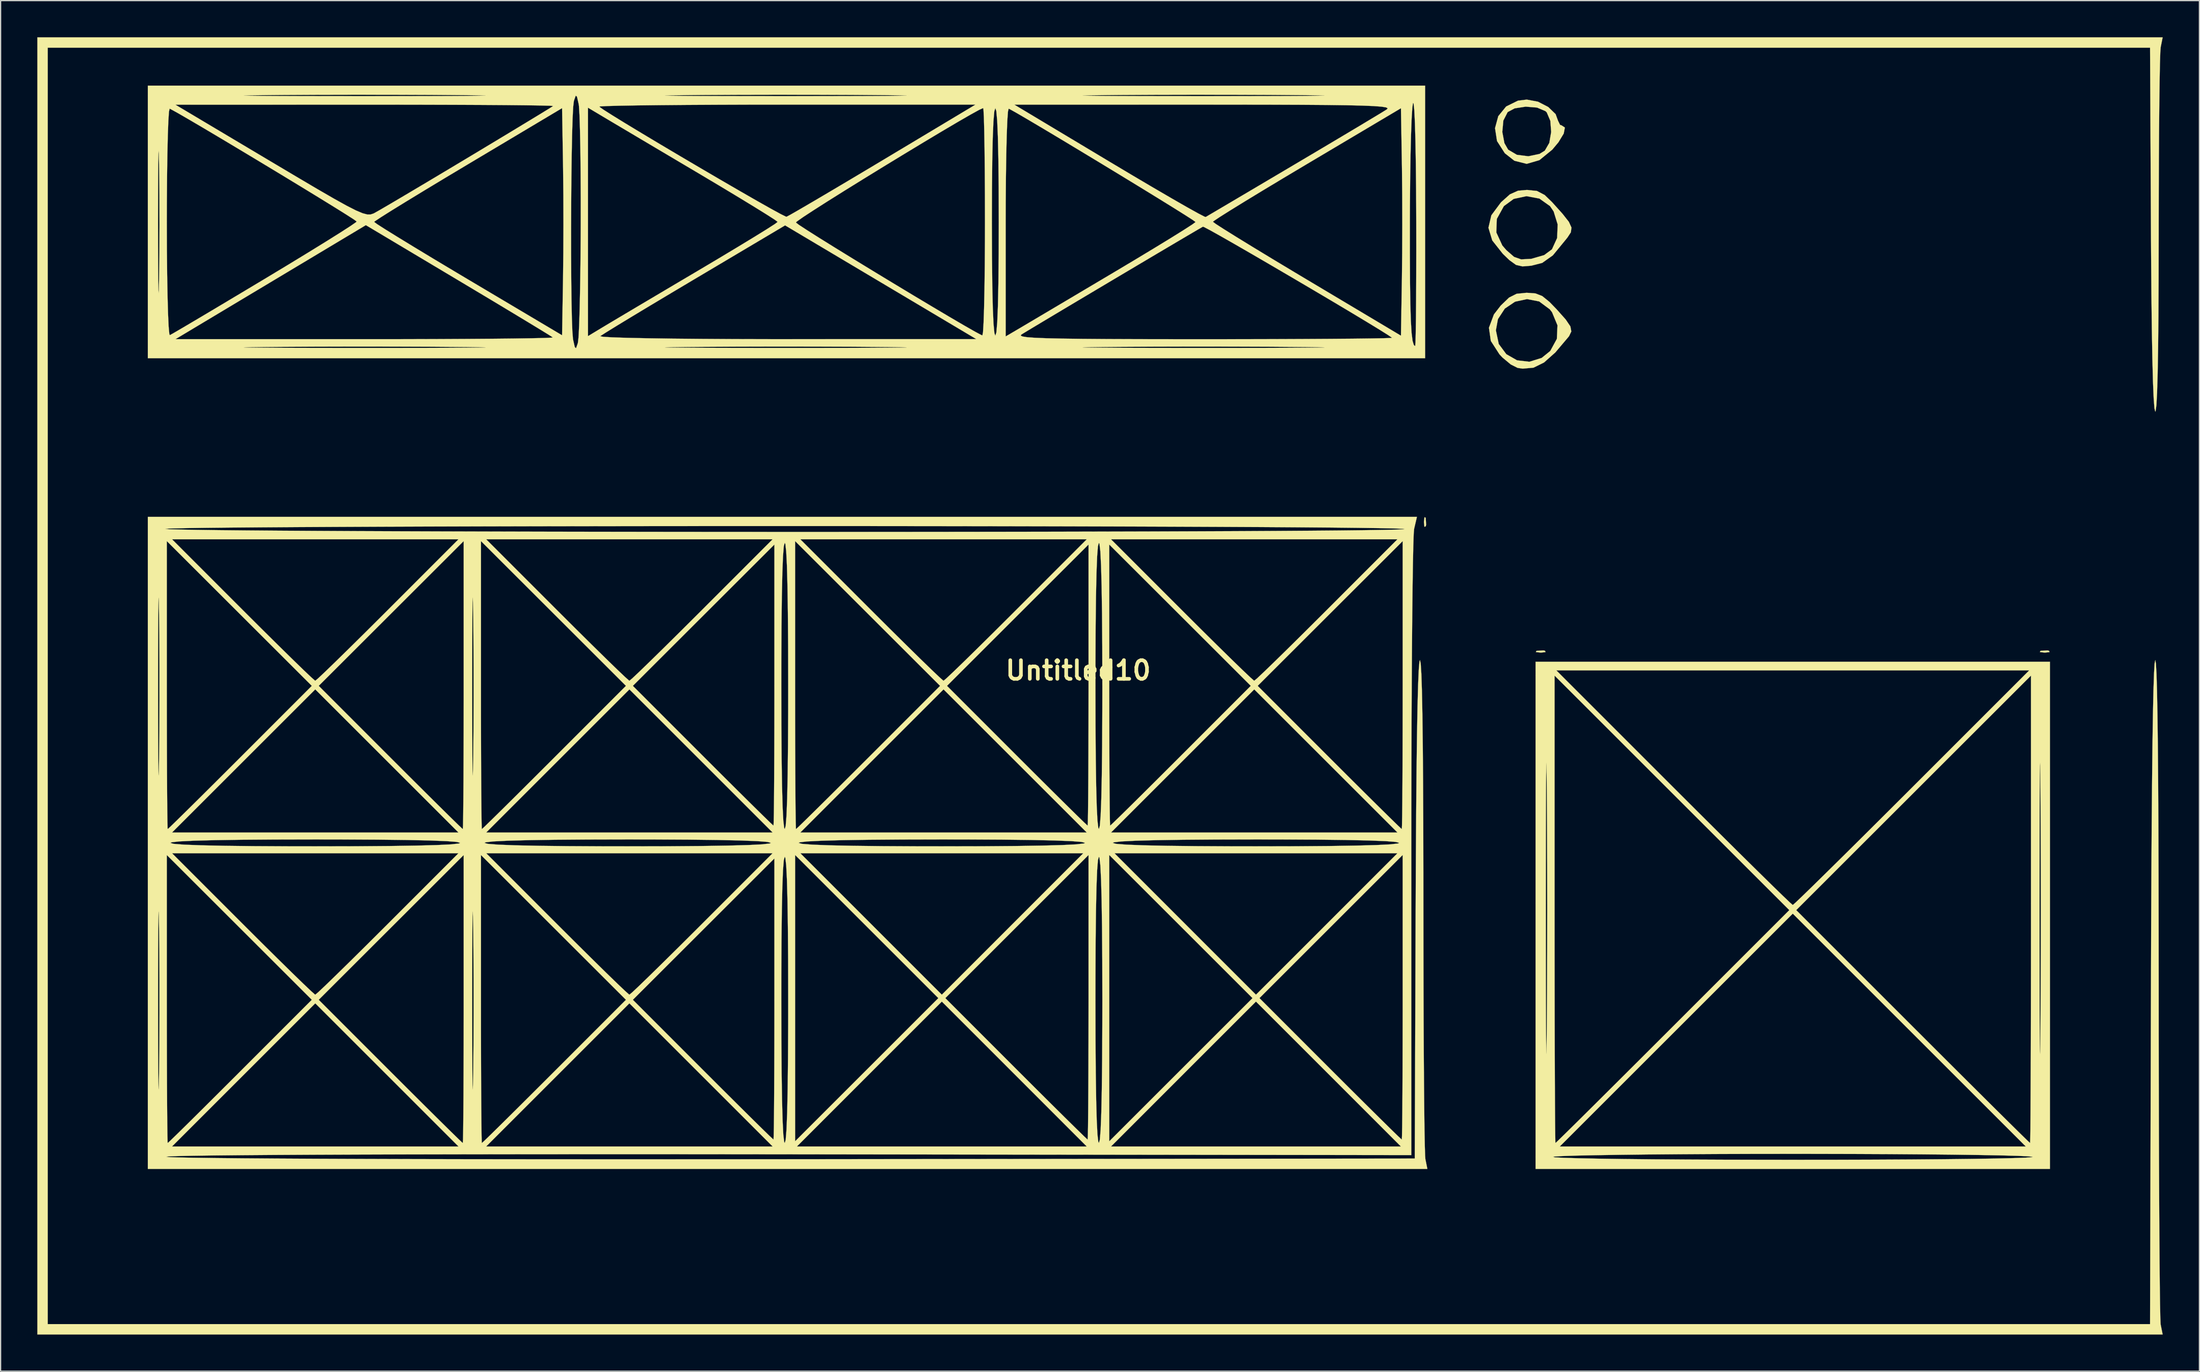
<source format=kicad_pcb>
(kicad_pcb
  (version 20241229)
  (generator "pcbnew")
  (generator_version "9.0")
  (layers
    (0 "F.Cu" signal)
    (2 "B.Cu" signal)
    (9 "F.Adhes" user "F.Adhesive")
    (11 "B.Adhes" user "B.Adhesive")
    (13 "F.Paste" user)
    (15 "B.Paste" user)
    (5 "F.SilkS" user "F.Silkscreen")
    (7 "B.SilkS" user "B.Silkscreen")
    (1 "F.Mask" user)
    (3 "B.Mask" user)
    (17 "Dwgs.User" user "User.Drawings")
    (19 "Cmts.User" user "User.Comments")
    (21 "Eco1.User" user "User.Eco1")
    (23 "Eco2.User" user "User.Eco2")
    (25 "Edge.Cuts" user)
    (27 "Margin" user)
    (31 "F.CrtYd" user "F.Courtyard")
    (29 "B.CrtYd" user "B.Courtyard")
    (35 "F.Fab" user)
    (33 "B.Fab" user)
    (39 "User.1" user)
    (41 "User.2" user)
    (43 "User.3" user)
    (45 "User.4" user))
  (footprint "Untitled10"
    (layer "F.Cu")
    (at 85.095 51.793)
    (property "Reference" "Untitled10" (at 0 0 0) (layer "F.SilkS") (effects (font (size 1.524 1.524) (thickness 0.3))))
    (attr through_hole)
    (fp_poly (pts (xy 28.409 -12.488) (xy 28.446 -11.911) (xy 28.409 -11.783) (xy 28.306 -11.747) (xy 28.267 -12.136) (xy 28.311 -12.536) (xy 28.409 -12.488)) (stroke (width 0.01) (type solid)) (fill yes) (layer "F.SilkS"))
    (fp_poly (pts (xy 38.171 -1.598) (xy 38.206 -1.495) (xy 37.818 -1.456) (xy 37.417 -1.5) (xy 37.465 -1.598) (xy 38.043 -1.635) (xy 38.171 -1.598)) (stroke (width 0.01) (type solid)) (fill yes) (layer "F.SilkS"))
    (fp_poly (pts (xy 79.375 -1.598) (xy 79.41 -1.495) (xy 79.022 -1.456) (xy 78.622 -1.5) (xy 78.669 -1.598) (xy 79.247 -1.635) (xy 79.375 -1.598)) (stroke (width 0.01) (type solid)) (fill yes) (layer "F.SilkS"))
    (fp_poly (pts (xy 37.586 -46.525) (xy 38.429 -46.09) (xy 39.032 -45.508) (xy 39.229 -44.965) (xy 39.398 -44.622) (xy 39.511 -44.591) (xy 39.789 -44.408) (xy 39.696 -43.918) (xy 39.265 -43.207) (xy 38.76 -42.603) (xy 37.707 -41.742) (xy 36.668 -41.439) (xy 35.659 -41.694) (xy 34.879 -42.308) (xy 34.24 -43.307) (xy 34.126 -44.051) (xy 34.673 -44.051) (xy 34.847 -43.132) (xy 35.152 -42.598) (xy 35.865 -42.179) (xy 36.804 -42.06) (xy 37.716 -42.25) (xy 38.148 -42.518) (xy 38.517 -43.155) (xy 38.669 -44.047) (xy 38.601 -44.956) (xy 38.309 -45.645) (xy 38.205 -45.75) (xy 37.513 -46.043) (xy 36.585 -46.118) (xy 35.686 -45.98) (xy 35.112 -45.675) (xy 34.76 -44.984) (xy 34.673 -44.051) (xy 34.126 -44.051) (xy 34.078 -44.359) (xy 34.344 -45.34) (xy 34.986 -46.131) (xy 35.957 -46.609) (xy 36.673 -46.695) (xy 37.586 -46.525)) (stroke (width 0.01) (type solid)) (fill yes) (layer "F.SilkS"))
    (fp_poly (pts (xy 37.382 -30.841) (xy 37.938 -30.624) (xy 38.532 -30.142) (xy 39.107 -29.548) (xy 39.853 -28.711) (xy 40.239 -28.143) (xy 40.316 -27.729) (xy 40.136 -27.351) (xy 40.092 -27.293) (xy 39.011 -26.014) (xy 38.085 -25.189) (xy 37.225 -24.764) (xy 36.342 -24.685) (xy 35.926 -24.746) (xy 35.365 -25.029) (xy 34.69 -25.592) (xy 34.445 -25.851) (xy 33.734 -26.954) (xy 33.611 -27.821) (xy 34.149 -27.821) (xy 34.384 -26.701) (xy 35.003 -25.867) (xy 35.88 -25.366) (xy 36.886 -25.249) (xy 37.894 -25.563) (xy 38.594 -26.132) (xy 39.135 -27.124) (xy 39.183 -28.231) (xy 38.74 -29.299) (xy 38.553 -29.541) (xy 37.685 -30.185) (xy 36.696 -30.375) (xy 35.717 -30.163) (xy 34.88 -29.6) (xy 34.316 -28.737) (xy 34.149 -27.821) (xy 33.611 -27.821) (xy 33.581 -28.032) (xy 33.987 -29.121) (xy 34.545 -29.843) (xy 35.228 -30.501) (xy 35.843 -30.81) (xy 36.632 -30.89) (xy 36.681 -30.891) (xy 37.382 -30.841)) (stroke (width 0.01) (type solid)) (fill yes) (layer "F.SilkS"))
    (fp_poly (pts (xy 37.503 -39.223) (xy 38.139 -38.89) (xy 38.74 -38.307) (xy 39.601 -37.349) (xy 40.117 -36.692) (xy 40.329 -36.225) (xy 40.277 -35.837) (xy 40.003 -35.416) (xy 39.864 -35.243) (xy 39.302 -34.557) (xy 38.805 -33.953) (xy 37.934 -33.335) (xy 37.045 -33.107) (xy 36.323 -33.049) (xy 35.797 -33.171) (xy 35.257 -33.559) (xy 34.717 -34.079) (xy 33.852 -35.174) (xy 33.655 -35.828) (xy 34.184 -35.828) (xy 34.676 -34.759) (xy 35.009 -34.374) (xy 35.639 -33.826) (xy 36.214 -33.624) (xy 37.023 -33.668) (xy 37.052 -33.672) (xy 38.095 -33.973) (xy 38.732 -34.445) (xy 39.156 -35.374) (xy 39.199 -36.483) (xy 38.871 -37.544) (xy 38.575 -37.982) (xy 37.707 -38.599) (xy 36.654 -38.796) (xy 35.607 -38.572) (xy 34.802 -37.982) (xy 34.224 -36.934) (xy 34.184 -35.828) (xy 33.655 -35.828) (xy 33.54 -36.209) (xy 33.778 -37.232) (xy 34.565 -38.291) (xy 34.568 -38.294) (xy 35.295 -38.944) (xy 35.96 -39.242) (xy 36.689 -39.306) (xy 37.503 -39.223)) (stroke (width 0.01) (type solid)) (fill yes) (layer "F.SilkS"))
    (fp_poly (pts (xy 88.498 -50.976) (xy 88.466 -50.542) (xy 88.437 -49.6) (xy 88.41 -48.206) (xy 88.386 -46.419) (xy 88.366 -44.294) (xy 88.351 -41.888) (xy 88.341 -39.258) (xy 88.336 -36.46) (xy 88.336 -35.666) (xy 88.33 -32.081) (xy 88.314 -28.982) (xy 88.288 -26.381) (xy 88.251 -24.29) (xy 88.204 -22.723) (xy 88.148 -21.69) (xy 88.082 -21.205) (xy 88.056 -21.167) (xy 87.987 -21.447) (xy 87.924 -22.277) (xy 87.867 -23.644) (xy 87.818 -25.534) (xy 87.775 -27.932) (xy 87.74 -30.825) (xy 87.713 -34.199) (xy 87.703 -36.054) (xy 87.63 -50.941) (xy -84.243 -50.941) (xy -84.243 53.481) (xy 87.63 53.481) (xy 87.702 26.317) (xy 87.718 21.229) (xy 87.739 16.652) (xy 87.764 12.593) (xy 87.794 9.056) (xy 87.827 6.049) (xy 87.865 3.576) (xy 87.907 1.644) (xy 87.953 0.259) (xy 88.002 -0.573) (xy 88.055 -0.847) (xy 88.108 -0.565) (xy 88.156 0.275) (xy 88.198 1.67) (xy 88.235 3.614) (xy 88.266 6.101) (xy 88.291 9.127) (xy 88.311 12.686) (xy 88.325 16.774) (xy 88.333 21.384) (xy 88.336 25.929) (xy 88.337 29.785) (xy 88.342 33.491) (xy 88.35 37.008) (xy 88.361 40.294) (xy 88.374 43.31) (xy 88.389 46.014) (xy 88.406 48.368) (xy 88.425 50.33) (xy 88.446 51.86) (xy 88.468 52.917) (xy 88.491 53.461) (xy 88.498 53.516) (xy 88.66 54.328) (xy -85.09 54.328) (xy -85.09 -51.788) (xy 88.66 -51.788) (xy 88.498 -50.976)) (stroke (width 0.01) (type solid)) (fill yes) (layer "F.SilkS"))
    (fp_poly (pts (xy 79.446 40.781) (xy 37.394 40.781) (xy 37.394 39.793) (xy 38.806 39.793) (xy 38.981 39.835) (xy 39.684 39.874) (xy 40.874 39.91) (xy 42.515 39.943) (xy 44.569 39.971) (xy 46.997 39.995) (xy 49.761 40.014) (xy 52.824 40.027) (xy 56.147 40.034) (xy 58.42 40.036) (xy 61.891 40.033) (xy 65.127 40.023) (xy 68.089 40.008) (xy 70.739 39.987) (xy 73.039 39.962) (xy 74.952 39.932) (xy 76.439 39.898) (xy 77.462 39.861) (xy 77.983 39.821) (xy 78.034 39.793) (xy 77.662 39.752) (xy 76.774 39.713) (xy 75.416 39.677) (xy 73.637 39.644) (xy 71.486 39.615) (xy 69.009 39.591) (xy 66.254 39.572) (xy 63.27 39.559) (xy 60.104 39.552) (xy 58.42 39.551) (xy 55.179 39.554) (xy 52.095 39.564) (xy 49.217 39.581) (xy 46.591 39.602) (xy 44.266 39.629) (xy 42.289 39.66) (xy 40.709 39.694) (xy 39.573 39.732) (xy 38.93 39.772) (xy 38.806 39.793) (xy 37.394 39.793) (xy 37.394 38.947) (xy 39.371 38.947) (xy 77.469 38.947) (xy 67.944 29.422) (xy 58.42 19.898) (xy 48.896 29.422) (xy 39.371 38.947) (xy 37.394 38.947) (xy 37.394 19.473) (xy 38.233 19.473) (xy 38.234 22.433) (xy 38.237 25.007) (xy 38.242 27.175) (xy 38.248 28.918) (xy 38.256 30.215) (xy 38.265 31.049) (xy 38.275 31.398) (xy 38.286 31.245) (xy 38.297 30.568) (xy 38.31 29.349) (xy 38.312 29.139) (xy 38.329 26.229) (xy 38.34 22.943) (xy 38.344 19.545) (xy 38.947 19.545) (xy 38.948 22.774) (xy 38.951 25.831) (xy 38.955 28.671) (xy 38.962 31.247) (xy 38.97 33.515) (xy 38.979 35.427) (xy 38.989 36.939) (xy 39 38.004) (xy 39.012 38.576) (xy 39.019 38.664) (xy 39.226 38.471) (xy 39.794 37.917) (xy 40.682 37.041) (xy 41.852 35.881) (xy 43.264 34.477) (xy 44.88 32.867) (xy 46.661 31.09) (xy 48.568 29.184) (xy 48.614 29.138) (xy 58.138 19.611) (xy 58.702 19.611) (xy 68.226 29.138) (xy 70.135 31.046) (xy 71.919 32.827) (xy 73.54 34.441) (xy 74.957 35.851) (xy 76.133 37.016) (xy 77.029 37.9) (xy 77.604 38.462) (xy 77.821 38.664) (xy 77.821 38.664) (xy 77.833 38.39) (xy 77.845 37.597) (xy 77.856 36.331) (xy 77.865 34.639) (xy 77.874 32.565) (xy 77.881 30.157) (xy 77.887 27.46) (xy 77.891 24.52) (xy 77.893 21.382) (xy 77.893 19.545) (xy 77.893 19.473) (xy 78.591 19.473) (xy 78.592 22.433) (xy 78.595 25.007) (xy 78.6 27.175) (xy 78.606 28.918) (xy 78.614 30.215) (xy 78.622 31.049) (xy 78.633 31.398) (xy 78.643 31.245) (xy 78.655 30.568) (xy 78.668 29.349) (xy 78.669 29.139) (xy 78.687 26.229) (xy 78.698 22.943) (xy 78.702 19.468) (xy 78.698 15.994) (xy 78.687 12.708) (xy 78.669 9.807) (xy 78.657 8.513) (xy 78.645 7.763) (xy 78.634 7.539) (xy 78.624 7.821) (xy 78.615 8.59) (xy 78.607 9.825) (xy 78.601 11.508) (xy 78.596 13.619) (xy 78.593 16.138) (xy 78.591 19.047) (xy 78.591 19.473) (xy 77.893 19.473) (xy 77.893 0.426) (xy 68.298 10.019) (xy 58.702 19.611) (xy 58.138 19.611) (xy 48.542 10.019) (xy 38.947 0.426) (xy 38.947 19.545) (xy 38.344 19.545) (xy 38.344 19.468) (xy 38.34 15.994) (xy 38.329 12.708) (xy 38.312 9.807) (xy 38.299 8.513) (xy 38.287 7.763) (xy 38.276 7.539) (xy 38.266 7.821) (xy 38.257 8.59) (xy 38.249 9.825) (xy 38.243 11.508) (xy 38.238 13.619) (xy 38.235 16.138) (xy 38.233 19.047) (xy 38.233 19.473) (xy 37.394 19.473) (xy 37.394 0) (xy 39.091 0) (xy 48.683 9.596) (xy 50.602 11.512) (xy 52.398 13.3) (xy 54.033 14.923) (xy 55.468 16.34) (xy 56.663 17.515) (xy 57.579 18.407) (xy 58.177 18.978) (xy 58.418 19.191) (xy 58.42 19.191) (xy 58.642 18.998) (xy 59.224 18.443) (xy 60.125 17.566) (xy 61.307 16.404) (xy 62.731 14.998) (xy 64.357 13.385) (xy 66.146 11.603) (xy 68.06 9.693) (xy 68.157 9.596) (xy 77.749 0) (xy 39.091 0) (xy 37.394 0) (xy 37.394 -0.706) (xy 79.446 -0.706) (xy 79.446 40.781)) (stroke (width 0.01) (type solid)) (fill yes) (layer "F.SilkS"))
    (fp_poly (pts (xy 28.363 -25.541) (xy -76.059 -25.541) (xy -76.059 -26.419) (xy -68.23 -26.419) (xy -67.808 -26.408) (xy -66.908 -26.399) (xy -65.551 -26.391) (xy -63.761 -26.385) (xy -61.557 -26.381) (xy -58.962 -26.379) (xy -58.279 -26.379) (xy -55.598 -26.38) (xy -53.308 -26.383) (xy -51.429 -26.389) (xy -49.983 -26.397) (xy -48.99 -26.406) (xy -48.472 -26.416) (xy -48.451 -26.428) (xy -48.946 -26.441) (xy -49.979 -26.455) (xy -50.326 -26.458) (xy -52.997 -26.478) (xy -56.011 -26.488) (xy -59.169 -26.491) (xy -62.268 -26.484) (xy -65.108 -26.469) (xy -66.413 -26.458) (xy -67.554 -26.444) (xy -68.153 -26.431) (xy -68.23 -26.419) (xy -76.059 -26.419) (xy -76.059 -27.096) (xy -73.801 -27.096) (xy -58.302 -27.095) (xy -55.409 -27.097) (xy -52.697 -27.104) (xy -50.215 -27.116) (xy -48.016 -27.131) (xy -46.148 -27.15) (xy -44.662 -27.172) (xy -43.609 -27.196) (xy -43.039 -27.222) (xy -42.95 -27.239) (xy -43.22 -27.415) (xy -43.915 -27.843) (xy -44.976 -28.488) (xy -46.343 -29.314) (xy -47.956 -30.284) (xy -49.757 -31.362) (xy -50.665 -31.905) (xy -58.235 -36.425) (xy -66.018 -31.761) (xy -73.801 -27.096) (xy -76.059 -27.096) (xy -76.059 -36.689) (xy -75.227 -36.689) (xy -75.225 -34.676) (xy -75.218 -33.059) (xy -75.209 -31.863) (xy -75.196 -31.119) (xy -75.18 -30.852) (xy -75.163 -31.092) (xy -75.144 -31.866) (xy -75.142 -31.962) (xy -75.117 -34.058) (xy -75.107 -36.45) (xy -75.108 -36.689) (xy -74.507 -36.689) (xy -74.5 -34.46) (xy -74.48 -32.426) (xy -74.448 -30.652) (xy -74.408 -29.204) (xy -74.359 -28.145) (xy -74.304 -27.541) (xy -74.264 -27.423) (xy -73.97 -27.586) (xy -73.253 -28.005) (xy -72.173 -28.643) (xy -70.792 -29.463) (xy -69.17 -30.432) (xy -67.367 -31.511) (xy -66.502 -32.029) (xy -64.648 -33.148) (xy -62.961 -34.176) (xy -61.497 -35.079) (xy -60.316 -35.82) (xy -59.477 -36.361) (xy -59.037 -36.668) (xy -59.016 -36.689) (xy -57.559 -36.689) (xy -57.326 -36.516) (xy -56.665 -36.091) (xy -55.633 -35.451) (xy -54.289 -34.63) (xy -52.691 -33.663) (xy -50.895 -32.588) (xy -49.877 -31.981) (xy -42.192 -27.415) (xy -42.115 -32.052) (xy -42.092 -34.126) (xy -42.084 -36.114) (xy -41.456 -36.114) (xy -41.455 -34.055) (xy -41.444 -32.107) (xy -41.424 -30.357) (xy -41.394 -28.888) (xy -41.354 -27.784) (xy -41.304 -27.132) (xy -41.292 -27.058) (xy -41.154 -26.45) (xy -41.053 -26.353) (xy -41.03 -26.419) (xy -33.799 -26.419) (xy -33.377 -26.408) (xy -32.477 -26.399) (xy -31.12 -26.391) (xy -29.329 -26.385) (xy -27.126 -26.381) (xy -24.53 -26.379) (xy -23.848 -26.379) (xy -21.167 -26.38) (xy -18.877 -26.383) (xy -16.998 -26.389) (xy -15.552 -26.397) (xy -14.559 -26.406) (xy -14.041 -26.416) (xy -14.036 -26.419) (xy 0.35 -26.419) (xy 0.772 -26.408) (xy 1.672 -26.399) (xy 3.029 -26.391) (xy 4.819 -26.385) (xy 7.023 -26.381) (xy 9.618 -26.379) (xy 10.301 -26.379) (xy 12.982 -26.38) (xy 15.272 -26.383) (xy 17.151 -26.389) (xy 18.597 -26.397) (xy 19.59 -26.406) (xy 20.108 -26.416) (xy 20.129 -26.428) (xy 19.634 -26.441) (xy 18.601 -26.455) (xy 18.254 -26.458) (xy 15.583 -26.478) (xy 12.569 -26.488) (xy 9.411 -26.491) (xy 6.312 -26.484) (xy 3.472 -26.469) (xy 2.167 -26.458) (xy 1.026 -26.444) (xy 0.427 -26.431) (xy 0.35 -26.419) (xy -14.036 -26.419) (xy -14.019 -26.428) (xy -14.515 -26.441) (xy -15.548 -26.455) (xy -15.895 -26.458) (xy -18.566 -26.478) (xy -21.58 -26.488) (xy -24.738 -26.491) (xy -27.837 -26.484) (xy -30.677 -26.469) (xy -31.982 -26.458) (xy -33.123 -26.444) (xy -33.722 -26.431) (xy -33.799 -26.419) (xy -41.03 -26.419) (xy -40.922 -26.724) (xy -40.897 -26.811) (xy -40.847 -27.261) (xy -40.842 -27.341) (xy -39.074 -27.341) (xy -38.853 -27.292) (xy -38.112 -27.247) (xy -36.892 -27.206) (xy -35.237 -27.171) (xy -33.189 -27.142) (xy -30.792 -27.12) (xy -28.089 -27.104) (xy -25.123 -27.097) (xy -23.834 -27.097) (xy -8.326 -27.1) (xy -16.143 -31.753) (xy -23.96 -36.406) (xy -31.383 -31.997) (xy -33.242 -30.89) (xy -34.948 -29.869) (xy -36.439 -28.971) (xy -37.654 -28.233) (xy -38.531 -27.693) (xy -39.009 -27.388) (xy -39.074 -27.341) (xy -40.842 -27.341) (xy -40.842 -27.344) (xy -40.076 -27.344) (xy -38.876 -28.069) (xy -38.311 -28.408) (xy -37.34 -28.986) (xy -36.04 -29.759) (xy -34.49 -30.678) (xy -32.771 -31.697) (xy -31.124 -32.671) (xy -29.395 -33.699) (xy -27.837 -34.635) (xy -26.512 -35.44) (xy -25.483 -36.076) (xy -24.814 -36.505) (xy -24.632 -36.64) (xy -23.079 -36.64) (xy -22.83 -36.449) (xy -22.166 -36.013) (xy -21.16 -35.376) (xy -19.882 -34.581) (xy -18.404 -33.671) (xy -16.796 -32.689) (xy -15.131 -31.679) (xy -13.48 -30.683) (xy -11.914 -29.746) (xy -10.504 -28.909) (xy -9.321 -28.217) (xy -8.438 -27.713) (xy -7.924 -27.439) (xy -7.832 -27.403) (xy -7.781 -27.667) (xy -7.735 -28.431) (xy -7.694 -29.628) (xy -7.661 -31.193) (xy -7.637 -33.06) (xy -7.623 -35.164) (xy -7.62 -36.689) (xy -7.056 -36.689) (xy -7.047 -33.873) (xy -7.022 -31.541) (xy -6.981 -29.709) (xy -6.924 -28.393) (xy -6.852 -27.611) (xy -6.773 -27.376) (xy -6.688 -27.655) (xy -6.617 -28.482) (xy -6.562 -29.841) (xy -6.522 -31.715) (xy -6.498 -34.088) (xy -6.491 -36.685) (xy -5.927 -36.685) (xy -5.927 -27.32) (xy -5.811 -27.388) (xy -4.699 -27.388) (xy -4.559 -27.318) (xy -4.19 -27.259) (xy -3.553 -27.211) (xy -2.61 -27.173) (xy -1.322 -27.144) (xy 0.351 -27.122) (xy 2.447 -27.107) (xy 5.005 -27.098) (xy 8.064 -27.094) (xy 10.285 -27.093) (xy 13.179 -27.095) (xy 15.893 -27.101) (xy 18.376 -27.111) (xy 20.578 -27.123) (xy 22.449 -27.138) (xy 23.938 -27.156) (xy 24.994 -27.175) (xy 25.568 -27.196) (xy 25.659 -27.209) (xy 25.34 -27.431) (xy 24.618 -27.884) (xy 23.562 -28.528) (xy 22.244 -29.322) (xy 20.734 -30.222) (xy 19.104 -31.187) (xy 17.424 -32.176) (xy 15.766 -33.147) (xy 14.2 -34.059) (xy 12.798 -34.869) (xy 11.63 -35.535) (xy 10.767 -36.017) (xy 10.28 -36.272) (xy 10.199 -36.301) (xy 9.758 -36.046) (xy 8.925 -35.557) (xy 7.775 -34.878) (xy 6.383 -34.054) (xy 4.825 -33.13) (xy 3.174 -32.149) (xy 1.507 -31.157) (xy -0.103 -30.199) (xy -1.579 -29.318) (xy -2.848 -28.559) (xy -3.834 -27.968) (xy -4.462 -27.588) (xy -4.649 -27.471) (xy -4.699 -27.388) (xy -5.811 -27.388) (xy -4.868 -27.942) (xy -4.347 -28.25) (xy -3.416 -28.802) (xy -2.151 -29.552) (xy -0.627 -30.456) (xy 1.08 -31.47) (xy 2.893 -32.546) (xy 4.641 -33.59) (xy 6.22 -34.543) (xy 7.567 -35.366) (xy 8.619 -36.022) (xy 9.315 -36.471) (xy 9.593 -36.676) (xy 9.596 -36.682) (xy 9.571 -36.7) (xy 11.015 -36.7) (xy 11.25 -36.523) (xy 11.913 -36.095) (xy 12.946 -35.45) (xy 14.291 -34.625) (xy 15.89 -33.654) (xy 17.686 -32.574) (xy 18.706 -31.964) (xy 26.388 -27.381) (xy 26.465 -32.035) (xy 26.488 -34.116) (xy 26.497 -36.491) (xy 26.496 -36.83) (xy 27.117 -36.83) (xy 27.117 -34.033) (xy 27.129 -31.756) (xy 27.156 -29.955) (xy 27.198 -28.584) (xy 27.258 -27.601) (xy 27.338 -26.961) (xy 27.44 -26.619) (xy 27.55 -26.529) (xy 27.574 -26.801) (xy 27.595 -27.574) (xy 27.613 -28.786) (xy 27.627 -30.375) (xy 27.636 -32.277) (xy 27.64 -34.43) (xy 27.638 -36.759) (xy 27.627 -39.26) (xy 27.604 -41.462) (xy 27.571 -43.319) (xy 27.529 -44.786) (xy 27.48 -45.816) (xy 27.424 -46.365) (xy 27.376 -46.426) (xy 27.316 -46.013) (xy 27.26 -45.108) (xy 27.211 -43.784) (xy 27.17 -42.112) (xy 27.14 -40.166) (xy 27.121 -38.018) (xy 27.117 -36.83) (xy 26.496 -36.83) (xy 26.491 -38.886) (xy 26.47 -41.033) (xy 26.465 -41.339) (xy 26.388 -45.989) (xy 18.697 -41.42) (xy 16.82 -40.3) (xy 15.108 -39.27) (xy 13.621 -38.365) (xy 12.416 -37.622) (xy 11.55 -37.075) (xy 11.082 -36.76) (xy 11.015 -36.7) (xy 9.571 -36.7) (xy 9.365 -36.85) (xy 8.72 -37.264) (xy 7.732 -37.883) (xy 6.47 -38.664) (xy 5.006 -39.563) (xy 3.409 -40.538) (xy 1.75 -41.546) (xy 0.099 -42.544) (xy -1.473 -43.491) (xy -2.897 -44.342) (xy -4.1 -45.055) (xy -5.014 -45.589) (xy -5.567 -45.899) (xy -5.684 -45.955) (xy -5.741 -45.707) (xy -5.795 -44.959) (xy -5.841 -43.776) (xy -5.879 -42.223) (xy -5.907 -40.364) (xy -5.923 -38.264) (xy -5.927 -36.685) (xy -6.491 -36.685) (xy -6.491 -36.689) (xy -6.5 -39.505) (xy -6.525 -41.837) (xy -6.566 -43.669) (xy -6.623 -44.985) (xy -6.695 -45.767) (xy -6.773 -46.002) (xy -6.859 -45.723) (xy -6.929 -44.895) (xy -6.985 -43.537) (xy -7.025 -41.662) (xy -7.048 -39.289) (xy -7.056 -36.689) (xy -7.62 -36.689) (xy -7.624 -38.918) (xy -7.637 -40.955) (xy -7.656 -42.735) (xy -7.681 -44.193) (xy -7.71 -45.262) (xy -7.744 -45.877) (xy -7.768 -46.002) (xy -8.083 -45.862) (xy -8.797 -45.469) (xy -9.841 -44.866) (xy -11.144 -44.097) (xy -12.636 -43.203) (xy -14.248 -42.228) (xy -15.91 -41.215) (xy -17.55 -40.206) (xy -19.1 -39.245) (xy -20.49 -38.373) (xy -21.648 -37.634) (xy -22.507 -37.071) (xy -22.994 -36.726) (xy -23.079 -36.64) (xy -24.632 -36.64) (xy -24.568 -36.688) (xy -24.567 -36.689) (xy -24.799 -36.864) (xy -25.455 -37.287) (xy -26.472 -37.918) (xy -27.787 -38.72) (xy -29.338 -39.654) (xy -31.063 -40.682) (xy -31.12 -40.716) (xy -32.926 -41.786) (xy -34.634 -42.799) (xy -36.164 -43.707) (xy -37.438 -44.463) (xy -38.378 -45.021) (xy -38.876 -45.318) (xy -40.076 -46.034) (xy -40.076 -27.344) (xy -40.842 -27.344) (xy -40.799 -28.2) (xy -40.756 -29.555) (xy -40.72 -31.252) (xy -40.691 -33.214) (xy -40.673 -35.369) (xy -40.668 -36.442) (xy -40.667 -38.677) (xy -40.678 -40.768) (xy -40.699 -42.638) (xy -40.73 -44.21) (xy -40.768 -45.406) (xy -40.811 -46.119) (xy -39.158 -46.119) (xy -38.819 -45.877) (xy -38.078 -45.405) (xy -37.007 -44.745) (xy -35.676 -43.94) (xy -34.158 -43.031) (xy -32.525 -42.062) (xy -30.848 -41.074) (xy -29.199 -40.109) (xy -27.651 -39.211) (xy -26.274 -38.42) (xy -25.141 -37.78) (xy -24.324 -37.333) (xy -23.893 -37.12) (xy -23.848 -37.109) (xy -23.544 -37.269) (xy -22.818 -37.685) (xy -21.729 -38.321) (xy -20.339 -39.14) (xy -18.708 -40.108) (xy -16.897 -41.188) (xy -15.98 -41.737) (xy -8.398 -46.283) (xy -5.221 -46.283) (xy 2.52 -41.641) (xy 4.407 -40.515) (xy 6.138 -39.493) (xy 7.654 -38.609) (xy 8.896 -37.896) (xy 9.806 -37.389) (xy 10.324 -37.121) (xy 10.422 -37.089) (xy 10.697 -37.25) (xy 11.396 -37.662) (xy 12.456 -38.288) (xy 13.815 -39.091) (xy 15.411 -40.035) (xy 17.182 -41.083) (xy 17.639 -41.354) (xy 19.468 -42.438) (xy 21.16 -43.444) (xy 22.647 -44.331) (xy 23.862 -45.06) (xy 24.739 -45.589) (xy 25.211 -45.88) (xy 25.251 -45.907) (xy 25.301 -45.99) (xy 25.161 -46.06) (xy 24.792 -46.118) (xy 24.156 -46.166) (xy 23.213 -46.204) (xy 21.924 -46.234) (xy 20.252 -46.255) (xy 18.157 -46.27) (xy 15.6 -46.279) (xy 12.542 -46.283) (xy 10.293 -46.284) (xy -5.221 -46.283) (xy -8.398 -46.283) (xy -8.395 -46.284) (xy -23.859 -46.284) (xy -26.748 -46.282) (xy -29.456 -46.273) (xy -31.932 -46.26) (xy -34.126 -46.242) (xy -35.987 -46.221) (xy -37.466 -46.196) (xy -38.511 -46.168) (xy -39.074 -46.138) (xy -39.158 -46.119) (xy -40.811 -46.119) (xy -40.812 -46.151) (xy -40.835 -46.32) (xy -40.973 -46.928) (xy -41.069 -47.021) (xy -33.799 -47.021) (xy -33.377 -47.01) (xy -32.477 -47.001) (xy -31.12 -46.993) (xy -29.329 -46.987) (xy -27.126 -46.983) (xy -24.53 -46.981) (xy -23.848 -46.981) (xy -21.167 -46.982) (xy -18.877 -46.986) (xy -16.998 -46.991) (xy -15.552 -46.999) (xy -14.559 -47.008) (xy -14.041 -47.018) (xy -14.036 -47.021) (xy 0.35 -47.021) (xy 0.772 -47.01) (xy 1.672 -47.001) (xy 3.029 -46.993) (xy 4.819 -46.987) (xy 7.023 -46.983) (xy 9.618 -46.981) (xy 10.301 -46.981) (xy 12.982 -46.982) (xy 15.272 -46.986) (xy 17.151 -46.991) (xy 18.597 -46.999) (xy 19.59 -47.008) (xy 20.108 -47.018) (xy 20.129 -47.03) (xy 19.634 -47.043) (xy 18.601 -47.057) (xy 18.254 -47.06) (xy 15.583 -47.08) (xy 12.569 -47.091) (xy 9.411 -47.093) (xy 6.312 -47.087) (xy 3.472 -47.072) (xy 2.167 -47.06) (xy 1.026 -47.046) (xy 0.427 -47.033) (xy 0.35 -47.021) (xy -14.036 -47.021) (xy -14.019 -47.03) (xy -14.515 -47.043) (xy -15.548 -47.057) (xy -15.895 -47.06) (xy -18.566 -47.08) (xy -21.58 -47.091) (xy -24.738 -47.093) (xy -27.837 -47.087) (xy -30.677 -47.072) (xy -31.982 -47.06) (xy -33.123 -47.046) (xy -33.722 -47.033) (xy -33.799 -47.021) (xy -41.069 -47.021) (xy -41.073 -47.025) (xy -41.205 -46.654) (xy -41.23 -46.567) (xy -41.286 -46.09) (xy -41.334 -45.134) (xy -41.375 -43.782) (xy -41.407 -42.12) (xy -41.432 -40.231) (xy -41.448 -38.201) (xy -41.456 -36.114) (xy -42.084 -36.114) (xy -42.083 -36.495) (xy -42.089 -38.887) (xy -42.11 -41.033) (xy -42.115 -41.343) (xy -42.192 -45.997) (xy -49.874 -41.413) (xy -51.75 -40.29) (xy -53.461 -39.257) (xy -54.948 -38.351) (xy -56.154 -37.608) (xy -57.02 -37.061) (xy -57.49 -36.748) (xy -57.559 -36.689) (xy -59.016 -36.689) (xy -58.984 -36.72) (xy -59.215 -36.89) (xy -59.861 -37.306) (xy -60.851 -37.924) (xy -62.115 -38.703) (xy -63.582 -39.6) (xy -65.181 -40.572) (xy -66.843 -41.576) (xy -68.497 -42.571) (xy -70.071 -43.513) (xy -71.496 -44.36) (xy -72.702 -45.069) (xy -73.616 -45.598) (xy -74.17 -45.904) (xy -74.276 -45.955) (xy -74.331 -45.707) (xy -74.381 -44.959) (xy -74.425 -43.776) (xy -74.461 -42.223) (xy -74.488 -40.364) (xy -74.503 -38.265) (xy -74.507 -36.689) (xy -75.108 -36.689) (xy -75.114 -38.869) (xy -75.136 -41.044) (xy -75.142 -41.416) (xy -75.161 -42.239) (xy -75.179 -42.525) (xy -75.194 -42.303) (xy -75.208 -41.599) (xy -75.218 -40.443) (xy -75.224 -38.861) (xy -75.227 -36.883) (xy -75.227 -36.689) (xy -76.059 -36.689) (xy -76.059 -46.276) (xy -73.801 -46.276) (xy -66.04 -41.653) (xy -63.891 -40.376) (xy -62.172 -39.361) (xy -60.828 -38.584) (xy -59.806 -38.016) (xy -59.051 -37.631) (xy -58.509 -37.401) (xy -58.125 -37.299) (xy -57.847 -37.299) (xy -57.619 -37.373) (xy -57.547 -37.408) (xy -57.12 -37.649) (xy -56.279 -38.139) (xy -55.094 -38.839) (xy -53.634 -39.706) (xy -51.968 -40.7) (xy -50.166 -41.779) (xy -49.928 -41.922) (xy -48.15 -42.991) (xy -46.535 -43.965) (xy -45.144 -44.807) (xy -44.039 -45.478) (xy -43.282 -45.942) (xy -42.935 -46.161) (xy -42.921 -46.172) (xy -43.173 -46.193) (xy -43.938 -46.212) (xy -45.167 -46.23) (xy -46.808 -46.246) (xy -48.813 -46.259) (xy -51.129 -46.269) (xy -53.707 -46.276) (xy -56.496 -46.28) (xy -58.302 -46.28) (xy -73.801 -46.276) (xy -76.059 -46.276) (xy -76.059 -47.021) (xy -68.23 -47.021) (xy -67.808 -47.01) (xy -66.908 -47.001) (xy -65.551 -46.993) (xy -63.761 -46.987) (xy -61.557 -46.983) (xy -58.962 -46.981) (xy -58.279 -46.981) (xy -55.598 -46.982) (xy -53.308 -46.986) (xy -51.429 -46.991) (xy -49.983 -46.999) (xy -48.99 -47.008) (xy -48.472 -47.018) (xy -48.451 -47.03) (xy -48.946 -47.043) (xy -49.979 -47.057) (xy -50.326 -47.06) (xy -52.997 -47.08) (xy -56.011 -47.091) (xy -59.169 -47.093) (xy -62.268 -47.087) (xy -65.108 -47.072) (xy -66.413 -47.06) (xy -67.554 -47.046) (xy -68.153 -47.033) (xy -68.23 -47.021) (xy -76.059 -47.021) (xy -76.059 -47.837) (xy 28.363 -47.837) (xy 28.363 -25.541)) (stroke (width 0.01) (type solid)) (fill yes) (layer "F.SilkS"))
    (fp_poly (pts (xy 27.464 -11.571) (xy 27.43 -11.147) (xy 27.398 -10.2) (xy 27.367 -8.773) (xy 27.339 -6.908) (xy 27.313 -4.648) (xy 27.29 -2.033) (xy 27.271 0.892) (xy 27.255 4.087) (xy 27.244 7.508) (xy 27.237 11.115) (xy 27.234 14.534) (xy 27.234 39.652) (xy -23.346 39.588) (xy -29.368 39.582) (xy -35.107 39.578) (xy -40.541 39.579) (xy -45.651 39.582) (xy -50.416 39.588) (xy -54.815 39.596) (xy -58.828 39.608) (xy -62.434 39.622) (xy -65.613 39.639) (xy -68.344 39.659) (xy -70.607 39.681) (xy -72.381 39.705) (xy -73.646 39.732) (xy -74.381 39.761) (xy -74.569 39.782) (xy -74.37 39.813) (xy -73.623 39.842) (xy -72.344 39.869) (xy -70.551 39.893) (xy -68.258 39.915) (xy -65.483 39.934) (xy -62.243 39.951) (xy -58.553 39.965) (xy -54.43 39.977) (xy -49.89 39.986) (xy -44.95 39.991) (xy -39.627 39.994) (xy -33.936 39.994) (xy -27.895 39.991) (xy -23.848 39.988) (xy 27.517 39.934) (xy 27.589 19.544) (xy 27.608 15.215) (xy 27.633 11.382) (xy 27.664 8.053) (xy 27.701 5.238) (xy 27.742 2.946) (xy 27.79 1.184) (xy 27.842 -0.036) (xy 27.899 -0.708) (xy 27.942 -0.847) (xy 28.002 -0.566) (xy 28.056 0.272) (xy 28.102 1.658) (xy 28.141 3.585) (xy 28.172 6.045) (xy 28.196 9.03) (xy 28.212 12.533) (xy 28.221 16.545) (xy 28.222 19.156) (xy 28.224 22.486) (xy 28.231 25.665) (xy 28.241 28.645) (xy 28.255 31.381) (xy 28.272 33.823) (xy 28.292 35.925) (xy 28.314 37.64) (xy 28.339 38.92) (xy 28.365 39.718) (xy 28.384 39.97) (xy 28.547 40.781) (xy -76.059 40.781) (xy -76.059 38.947) (xy -74.082 38.947) (xy -50.661 38.947) (xy -48.399 38.947) (xy -24.978 38.947) (xy -22.996 38.947) (xy 0.701 38.947) (xy 2.686 38.947) (xy 26.383 38.947) (xy 20.461 33.02) (xy 18.97 31.528) (xy 17.616 30.173) (xy 16.449 29.006) (xy 15.517 28.074) (xy 14.87 27.427) (xy 14.556 27.115) (xy 14.534 27.093) (xy 14.342 27.285) (xy 13.799 27.827) (xy 12.956 28.67) (xy 11.861 29.765) (xy 10.564 31.063) (xy 9.112 32.515) (xy 8.608 33.02) (xy 2.686 38.947) (xy 0.701 38.947) (xy -5.221 33.02) (xy -6.712 31.528) (xy -8.066 30.173) (xy -9.233 29.006) (xy -10.165 28.074) (xy -10.812 27.427) (xy -11.126 27.115) (xy -11.148 27.093) (xy -11.34 27.285) (xy -11.883 27.827) (xy -12.726 28.67) (xy -13.821 29.765) (xy -15.119 31.063) (xy -16.57 32.515) (xy -17.074 33.02) (xy -22.996 38.947) (xy -24.978 38.947) (xy -36.689 27.236) (xy -48.399 38.947) (xy -50.661 38.947) (xy -62.371 27.236) (xy -74.082 38.947) (xy -76.059 38.947) (xy -76.059 26.952) (xy -75.224 26.952) (xy -75.223 29.232) (xy -75.218 31.123) (xy -75.21 32.6) (xy -75.2 33.637) (xy -75.187 34.209) (xy -75.173 34.291) (xy -75.158 33.858) (xy -75.142 32.968) (xy -75.119 30.698) (xy -75.109 28.095) (xy -75.11 26.884) (xy -74.507 26.884) (xy -74.505 29.401) (xy -74.5 31.734) (xy -74.493 33.825) (xy -74.483 35.614) (xy -74.47 37.045) (xy -74.457 38.057) (xy -74.442 38.593) (xy -74.434 38.664) (xy -74.224 38.473) (xy -73.665 37.931) (xy -72.808 37.088) (xy -71.703 35.993) (xy -70.4 34.696) (xy -68.948 33.247) (xy -68.507 32.806) (xy -62.653 26.947) (xy -62.089 26.947) (xy -56.235 32.806) (xy -54.75 34.29) (xy -53.398 35.636) (xy -52.231 36.794) (xy -51.297 37.715) (xy -50.647 38.35) (xy -50.331 38.648) (xy -50.309 38.664) (xy -50.293 38.392) (xy -50.279 37.614) (xy -50.266 36.388) (xy -50.254 34.773) (xy -50.246 32.827) (xy -50.239 30.61) (xy -50.236 28.179) (xy -50.236 26.952) (xy -49.542 26.952) (xy -49.54 29.232) (xy -49.535 31.123) (xy -49.528 32.6) (xy -49.518 33.637) (xy -49.505 34.209) (xy -49.491 34.291) (xy -49.475 33.858) (xy -49.46 32.968) (xy -49.437 30.698) (xy -49.427 28.095) (xy -49.427 26.884) (xy -48.824 26.884) (xy -48.823 29.401) (xy -48.818 31.734) (xy -48.81 33.825) (xy -48.8 35.614) (xy -48.788 37.045) (xy -48.774 38.057) (xy -48.759 38.593) (xy -48.751 38.664) (xy -48.541 38.473) (xy -47.983 37.931) (xy -47.126 37.088) (xy -46.021 35.993) (xy -44.718 34.696) (xy -43.266 33.247) (xy -42.825 32.806) (xy -36.971 26.947) (xy -36.971 26.947) (xy -36.407 26.947) (xy -30.694 32.665) (xy -29.228 34.13) (xy -27.895 35.457) (xy -26.748 36.595) (xy -25.836 37.493) (xy -25.21 38.103) (xy -24.922 38.373) (xy -24.909 38.382) (xy -24.893 38.11) (xy -24.878 37.332) (xy -24.865 36.109) (xy -24.854 34.498) (xy -24.845 32.56) (xy -24.839 30.353) (xy -24.836 27.937) (xy -24.836 26.952) (xy -24.271 26.952) (xy -24.264 30.173) (xy -24.244 32.895) (xy -24.211 35.107) (xy -24.165 36.797) (xy -24.107 37.954) (xy -24.037 38.565) (xy -23.989 38.664) (xy -23.949 38.522) (xy -23.142 38.522) (xy -11.432 26.811) (xy -11.433 26.809) (xy -10.862 26.809) (xy -5.081 32.596) (xy -3.605 34.071) (xy -2.263 35.407) (xy -1.106 36.554) (xy -0.183 37.464) (xy 0.454 38.086) (xy 0.756 38.37) (xy 0.774 38.382) (xy 0.789 38.11) (xy 0.804 37.332) (xy 0.817 36.107) (xy 0.828 34.494) (xy 0.837 32.552) (xy 0.843 30.34) (xy 0.846 27.917) (xy 0.847 26.952) (xy 1.411 26.952) (xy 1.418 30.173) (xy 1.438 32.895) (xy 1.471 35.107) (xy 1.517 36.797) (xy 1.575 37.954) (xy 1.646 38.565) (xy 1.693 38.664) (xy 1.733 38.522) (xy 2.54 38.522) (xy 14.251 26.811) (xy 14.249 26.809) (xy 14.82 26.809) (xy 20.601 32.596) (xy 22.077 34.071) (xy 23.419 35.407) (xy 24.576 36.554) (xy 25.499 37.464) (xy 26.136 38.086) (xy 26.439 38.37) (xy 26.456 38.382) (xy 26.471 38.11) (xy 26.486 37.332) (xy 26.499 36.107) (xy 26.51 34.494) (xy 26.519 32.552) (xy 26.525 30.34) (xy 26.529 27.917) (xy 26.529 26.741) (xy 26.529 15.101) (xy 20.674 20.955) (xy 14.82 26.809) (xy 14.249 26.809) (xy 2.54 15.101) (xy 2.54 38.522) (xy 1.733 38.522) (xy 1.771 38.384) (xy 1.837 37.552) (xy 1.89 36.178) (xy 1.931 34.276) (xy 1.958 31.856) (xy 1.973 28.931) (xy 1.976 26.952) (xy 1.969 23.732) (xy 1.949 21.01) (xy 1.916 18.798) (xy 1.87 17.107) (xy 1.812 15.951) (xy 1.741 15.34) (xy 1.693 15.24) (xy 1.616 15.52) (xy 1.55 16.353) (xy 1.497 17.726) (xy 1.456 19.629) (xy 1.428 22.048) (xy 1.414 24.973) (xy 1.411 26.952) (xy 0.847 26.952) (xy 0.847 26.741) (xy 0.847 15.101) (xy -5.008 20.955) (xy -10.862 26.809) (xy -11.433 26.809) (xy -23.142 15.101) (xy -23.142 38.522) (xy -23.949 38.522) (xy -23.911 38.384) (xy -23.846 37.552) (xy -23.792 36.178) (xy -23.752 34.276) (xy -23.724 31.856) (xy -23.709 28.931) (xy -23.707 26.952) (xy -23.713 23.732) (xy -23.733 21.01) (xy -23.767 18.798) (xy -23.812 17.107) (xy -23.871 15.951) (xy -23.941 15.34) (xy -23.989 15.24) (xy -24.066 15.52) (xy -24.132 16.353) (xy -24.185 17.726) (xy -24.226 19.629) (xy -24.254 22.048) (xy -24.269 24.973) (xy -24.271 26.952) (xy -24.836 26.952) (xy -24.836 26.884) (xy -24.836 15.386) (xy -30.621 21.167) (xy -36.407 26.947) (xy -36.971 26.947) (xy -42.898 21.026) (xy -48.824 15.104) (xy -48.824 26.884) (xy -49.427 26.884) (xy -49.428 25.392) (xy -49.442 22.821) (xy -49.46 21.115) (xy -49.476 20.144) (xy -49.492 19.712) (xy -49.506 19.796) (xy -49.518 20.371) (xy -49.528 21.413) (xy -49.536 22.896) (xy -49.54 24.798) (xy -49.542 26.952) (xy -50.236 26.952) (xy -50.236 26.884) (xy -50.236 15.104) (xy -62.089 26.947) (xy -62.653 26.947) (xy -74.507 15.104) (xy -74.507 26.884) (xy -75.11 26.884) (xy -75.11 25.392) (xy -75.124 22.821) (xy -75.142 21.115) (xy -75.159 20.144) (xy -75.174 19.712) (xy -75.188 19.796) (xy -75.2 20.371) (xy -75.21 21.413) (xy -75.218 22.896) (xy -75.223 24.798) (xy -75.224 26.952) (xy -76.059 26.952) (xy -76.059 14.958) (xy -74.078 14.958) (xy -68.298 20.743) (xy -66.819 22.219) (xy -65.469 23.556) (xy -64.301 24.704) (xy -63.365 25.613) (xy -62.712 26.234) (xy -62.393 26.517) (xy -62.371 26.529) (xy -62.142 26.337) (xy -61.566 25.795) (xy -60.695 24.951) (xy -59.579 23.857) (xy -58.269 22.562) (xy -56.817 21.116) (xy -56.444 20.743) (xy -50.664 14.958) (xy -48.396 14.958) (xy -42.616 20.743) (xy -41.136 22.219) (xy -39.787 23.556) (xy -38.619 24.704) (xy -37.683 25.613) (xy -37.029 26.234) (xy -36.71 26.517) (xy -36.689 26.529) (xy -36.46 26.337) (xy -35.884 25.795) (xy -35.013 24.951) (xy -33.897 23.857) (xy -32.587 22.562) (xy -31.135 21.116) (xy -30.762 20.743) (xy -24.982 14.958) (xy -22.714 14.958) (xy -16.933 20.743) (xy -15.461 22.217) (xy -14.126 23.552) (xy -12.979 24.699) (xy -12.07 25.609) (xy -11.447 26.231) (xy -11.161 26.516) (xy -11.148 26.529) (xy -10.955 26.337) (xy -10.413 25.796) (xy -9.572 24.955) (xy -8.481 23.864) (xy -7.189 22.572) (xy -5.747 21.129) (xy -5.362 20.743) (xy 0.418 14.958) (xy 2.968 14.958) (xy 8.749 20.743) (xy 10.221 22.217) (xy 11.556 23.552) (xy 12.703 24.699) (xy 13.613 25.609) (xy 14.235 26.231) (xy 14.521 26.516) (xy 14.534 26.529) (xy 14.727 26.337) (xy 15.269 25.796) (xy 16.11 24.955) (xy 17.201 23.864) (xy 18.493 22.572) (xy 19.935 21.129) (xy 20.32 20.743) (xy 26.1 14.958) (xy 2.968 14.958) (xy 0.418 14.958) (xy -22.714 14.958) (xy -24.982 14.958) (xy -48.396 14.958) (xy -50.664 14.958) (xy -74.078 14.958) (xy -76.059 14.958) (xy -76.059 14.111) (xy -74.224 14.111) (xy -73.944 14.188) (xy -73.111 14.254) (xy -71.737 14.307) (xy -69.834 14.348) (xy -67.412 14.376) (xy -64.484 14.391) (xy -62.371 14.393) (xy -59.128 14.387) (xy -56.384 14.367) (xy -54.151 14.334) (xy -52.44 14.289) (xy -51.263 14.231) (xy -50.631 14.161) (xy -50.518 14.111) (xy -48.542 14.111) (xy -48.262 14.189) (xy -47.429 14.254) (xy -46.056 14.308) (xy -44.154 14.348) (xy -41.734 14.376) (xy -38.809 14.391) (xy -36.83 14.393) (xy -33.61 14.387) (xy -30.887 14.367) (xy -28.675 14.333) (xy -26.985 14.288) (xy -25.829 14.229) (xy -25.218 14.159) (xy -25.118 14.111) (xy -22.86 14.111) (xy -22.58 14.189) (xy -21.747 14.254) (xy -20.374 14.308) (xy -18.471 14.348) (xy -16.052 14.376) (xy -13.127 14.391) (xy -11.148 14.393) (xy -7.927 14.387) (xy -5.205 14.367) (xy -2.993 14.333) (xy -1.303 14.288) (xy -0.146 14.229) (xy 0.465 14.159) (xy 0.564 14.111) (xy 2.822 14.111) (xy 3.102 14.189) (xy 3.935 14.254) (xy 5.309 14.308) (xy 7.211 14.348) (xy 9.63 14.376) (xy 12.555 14.391) (xy 14.534 14.393) (xy 17.755 14.387) (xy 20.477 14.367) (xy 22.689 14.333) (xy 24.379 14.288) (xy 25.536 14.229) (xy 26.147 14.159) (xy 26.247 14.111) (xy 25.966 14.034) (xy 25.134 13.968) (xy 23.76 13.915) (xy 21.858 13.874) (xy 19.438 13.846) (xy 16.514 13.831) (xy 14.534 13.829) (xy 11.314 13.836) (xy 8.592 13.856) (xy 6.38 13.889) (xy 4.69 13.935) (xy 3.533 13.993) (xy 2.922 14.063) (xy 2.822 14.111) (xy 0.564 14.111) (xy 0.284 14.034) (xy -0.548 13.968) (xy -1.922 13.915) (xy -3.824 13.874) (xy -6.244 13.846) (xy -9.169 13.831) (xy -11.148 13.829) (xy -14.368 13.836) (xy -17.09 13.856) (xy -19.302 13.889) (xy -20.993 13.935) (xy -22.149 13.993) (xy -22.76 14.063) (xy -22.86 14.111) (xy -25.118 14.111) (xy -25.398 14.034) (xy -26.231 13.968) (xy -27.604 13.915) (xy -29.506 13.874) (xy -31.926 13.846) (xy -34.851 13.831) (xy -36.83 13.829) (xy -40.05 13.836) (xy -42.773 13.856) (xy -44.985 13.889) (xy -46.675 13.935) (xy -47.831 13.993) (xy -48.442 14.063) (xy -48.542 14.111) (xy -50.518 14.111) (xy -50.798 14.034) (xy -51.631 13.969) (xy -53.005 13.915) (xy -54.909 13.875) (xy -57.33 13.847) (xy -60.258 13.832) (xy -62.371 13.829) (xy -65.614 13.836) (xy -68.358 13.855) (xy -70.591 13.888) (xy -72.302 13.933) (xy -73.48 13.991) (xy -74.112 14.061) (xy -74.224 14.111) (xy -76.059 14.111) (xy -76.059 13.264) (xy -74.082 13.264) (xy -50.661 13.264) (xy -48.399 13.264) (xy -24.978 13.264) (xy -22.717 13.264) (xy 0.704 13.264) (xy 2.683 13.264) (xy 26.104 13.264) (xy 14.393 1.554) (xy 2.683 13.264) (xy 0.704 13.264) (xy -11.007 1.554) (xy -22.717 13.264) (xy -24.978 13.264) (xy -36.689 1.554) (xy -48.399 13.264) (xy -50.661 13.264) (xy -62.371 1.554) (xy -74.082 13.264) (xy -76.059 13.264) (xy -76.059 1.27) (xy -75.224 1.27) (xy -75.223 3.55) (xy -75.218 5.441) (xy -75.21 6.918) (xy -75.2 7.955) (xy -75.187 8.527) (xy -75.173 8.609) (xy -75.158 8.176) (xy -75.142 7.286) (xy -75.119 5.016) (xy -75.109 2.413) (xy -75.11 1.202) (xy -74.507 1.202) (xy -74.505 3.719) (xy -74.5 6.052) (xy -74.493 8.142) (xy -74.483 9.932) (xy -74.47 11.362) (xy -74.457 12.375) (xy -74.442 12.911) (xy -74.434 12.982) (xy -74.224 12.791) (xy -73.665 12.248) (xy -72.808 11.405) (xy -71.703 10.311) (xy -70.4 9.014) (xy -68.948 7.565) (xy -68.507 7.124) (xy -62.653 1.265) (xy -62.089 1.265) (xy -56.235 7.124) (xy -54.75 8.608) (xy -53.398 9.954) (xy -52.231 11.112) (xy -51.297 12.033) (xy -50.647 12.667) (xy -50.331 12.966) (xy -50.309 12.982) (xy -50.293 12.71) (xy -50.279 11.931) (xy -50.266 10.705) (xy -50.254 9.09) (xy -50.246 7.145) (xy -50.239 4.928) (xy -50.236 2.497) (xy -50.236 1.27) (xy -49.542 1.27) (xy -49.54 3.55) (xy -49.535 5.441) (xy -49.528 6.918) (xy -49.518 7.955) (xy -49.505 8.527) (xy -49.491 8.609) (xy -49.475 8.176) (xy -49.46 7.286) (xy -49.437 5.016) (xy -49.427 2.413) (xy -49.427 1.202) (xy -48.824 1.202) (xy -48.823 3.719) (xy -48.818 6.052) (xy -48.81 8.142) (xy -48.8 9.932) (xy -48.788 11.362) (xy -48.774 12.375) (xy -48.759 12.911) (xy -48.751 12.982) (xy -48.541 12.791) (xy -47.983 12.248) (xy -47.126 11.405) (xy -46.021 10.311) (xy -44.718 9.014) (xy -43.266 7.565) (xy -42.825 7.124) (xy -36.971 1.265) (xy -36.971 1.265) (xy -36.407 1.265) (xy -30.694 6.982) (xy -29.228 8.448) (xy -27.895 9.775) (xy -26.748 10.912) (xy -25.836 11.811) (xy -25.21 12.421) (xy -24.922 12.691) (xy -24.909 12.7) (xy -24.893 12.428) (xy -24.878 11.65) (xy -24.865 10.426) (xy -24.854 8.816) (xy -24.845 6.878) (xy -24.839 4.671) (xy -24.836 2.255) (xy -24.836 1.27) (xy -24.271 1.27) (xy -24.264 4.49) (xy -24.244 7.213) (xy -24.211 9.425) (xy -24.165 11.115) (xy -24.107 12.271) (xy -24.037 12.882) (xy -23.989 12.982) (xy -23.911 12.702) (xy -23.846 11.869) (xy -23.792 10.496) (xy -23.752 8.594) (xy -23.724 6.174) (xy -23.709 3.249) (xy -23.707 1.27) (xy -23.707 1.202) (xy -23.142 1.202) (xy -23.141 3.719) (xy -23.136 6.052) (xy -23.128 8.142) (xy -23.118 9.932) (xy -23.106 11.362) (xy -23.092 12.375) (xy -23.077 12.911) (xy -23.069 12.982) (xy -22.859 12.791) (xy -22.301 12.248) (xy -21.444 11.405) (xy -20.339 10.311) (xy -19.035 9.014) (xy -17.584 7.565) (xy -17.142 7.124) (xy -11.289 1.265) (xy -11.289 1.265) (xy -10.725 1.265) (xy -5.012 6.982) (xy -3.545 8.448) (xy -2.213 9.775) (xy -1.066 10.912) (xy -0.154 11.811) (xy 0.472 12.421) (xy 0.76 12.691) (xy 0.774 12.7) (xy 0.789 12.428) (xy 0.804 11.65) (xy 0.817 10.426) (xy 0.828 8.816) (xy 0.837 6.878) (xy 0.843 4.671) (xy 0.846 2.255) (xy 0.847 1.27) (xy 1.411 1.27) (xy 1.418 4.49) (xy 1.438 7.213) (xy 1.471 9.425) (xy 1.517 11.115) (xy 1.575 12.271) (xy 1.646 12.882) (xy 1.693 12.982) (xy 1.771 12.702) (xy 1.837 11.869) (xy 1.89 10.496) (xy 1.931 8.594) (xy 1.958 6.174) (xy 1.973 3.249) (xy 1.976 1.27) (xy 1.975 1.202) (xy 2.54 1.202) (xy 2.542 3.688) (xy 2.547 5.988) (xy 2.554 8.046) (xy 2.565 9.8) (xy 2.577 11.192) (xy 2.591 12.162) (xy 2.606 12.652) (xy 2.613 12.7) (xy 2.823 12.508) (xy 3.381 11.967) (xy 4.236 11.126) (xy 5.338 10.035) (xy 6.635 8.744) (xy 8.077 7.304) (xy 8.399 6.982) (xy 14.111 1.265) (xy 14.675 1.265) (xy 20.529 7.124) (xy 22.014 8.608) (xy 23.366 9.954) (xy 24.534 11.112) (xy 25.468 12.033) (xy 26.118 12.667) (xy 26.434 12.966) (xy 26.456 12.982) (xy 26.471 12.71) (xy 26.486 11.931) (xy 26.499 10.705) (xy 26.51 9.09) (xy 26.519 7.145) (xy 26.525 4.928) (xy 26.528 2.497) (xy 26.529 1.202) (xy 26.529 -10.578) (xy 20.602 -4.657) (xy 14.675 1.265) (xy 14.111 1.265) (xy 14.111 1.265) (xy 8.326 -4.516) (xy 2.54 -10.296) (xy 2.54 1.202) (xy 1.975 1.202) (xy 1.969 -1.95) (xy 1.949 -4.673) (xy 1.916 -6.885) (xy 1.87 -8.575) (xy 1.812 -9.731) (xy 1.741 -10.342) (xy 1.693 -10.442) (xy 1.616 -10.162) (xy 1.55 -9.329) (xy 1.497 -7.956) (xy 1.456 -6.054) (xy 1.428 -3.634) (xy 1.414 -0.709) (xy 1.411 1.27) (xy 0.847 1.27) (xy 0.847 1.202) (xy 0.847 -10.296) (xy -4.939 -4.516) (xy -10.725 1.265) (xy -11.289 1.265) (xy -17.216 -4.657) (xy -23.142 -10.578) (xy -23.142 1.202) (xy -23.707 1.202) (xy -23.713 -1.95) (xy -23.733 -4.673) (xy -23.767 -6.885) (xy -23.812 -8.575) (xy -23.871 -9.731) (xy -23.941 -10.342) (xy -23.989 -10.442) (xy -24.066 -10.162) (xy -24.132 -9.329) (xy -24.185 -7.956) (xy -24.226 -6.054) (xy -24.254 -3.634) (xy -24.269 -0.709) (xy -24.271 1.27) (xy -24.836 1.27) (xy -24.836 1.202) (xy -24.836 -10.296) (xy -30.621 -4.516) (xy -36.407 1.265) (xy -36.971 1.265) (xy -42.898 -4.657) (xy -48.824 -10.578) (xy -48.824 1.202) (xy -49.427 1.202) (xy -49.428 -0.29) (xy -49.442 -2.861) (xy -49.46 -4.567) (xy -49.476 -5.539) (xy -49.492 -5.97) (xy -49.506 -5.886) (xy -49.518 -5.311) (xy -49.528 -4.27) (xy -49.536 -2.786) (xy -49.54 -0.884) (xy -49.542 1.27) (xy -50.236 1.27) (xy -50.236 1.202) (xy -50.236 -10.578) (xy -62.089 1.265) (xy -62.653 1.265) (xy -74.507 -10.578) (xy -74.507 1.202) (xy -75.11 1.202) (xy -75.11 -0.29) (xy -75.124 -2.861) (xy -75.142 -4.567) (xy -75.159 -5.539) (xy -75.174 -5.97) (xy -75.188 -5.886) (xy -75.2 -5.311) (xy -75.21 -4.27) (xy -75.218 -2.786) (xy -75.223 -0.884) (xy -75.224 1.27) (xy -76.059 1.27) (xy -76.059 -10.724) (xy -74.078 -10.724) (xy -68.298 -4.939) (xy -66.819 -3.463) (xy -65.469 -2.127) (xy -64.301 -0.979) (xy -63.365 -0.069) (xy -62.712 0.552) (xy -62.393 0.835) (xy -62.371 0.847) (xy -62.142 0.655) (xy -61.566 0.112) (xy -60.695 -0.731) (xy -59.579 -1.825) (xy -58.269 -3.12) (xy -56.817 -4.566) (xy -56.444 -4.939) (xy -50.664 -10.724) (xy -48.396 -10.724) (xy -42.616 -4.939) (xy -41.136 -3.463) (xy -39.787 -2.127) (xy -38.619 -0.979) (xy -37.683 -0.069) (xy -37.029 0.552) (xy -36.71 0.835) (xy -36.689 0.847) (xy -36.46 0.655) (xy -35.884 0.112) (xy -35.013 -0.731) (xy -33.897 -1.825) (xy -32.587 -3.12) (xy -31.135 -4.566) (xy -30.762 -4.939) (xy -24.982 -10.724) (xy -22.714 -10.724) (xy -16.933 -4.939) (xy -15.454 -3.463) (xy -14.105 -2.127) (xy -12.937 -0.979) (xy -12 -0.069) (xy -11.347 0.552) (xy -11.028 0.835) (xy -11.007 0.847) (xy -10.778 0.655) (xy -10.202 0.112) (xy -9.33 -0.731) (xy -8.214 -1.825) (xy -6.905 -3.12) (xy -5.453 -4.566) (xy -5.08 -4.939) (xy 0.7 -10.724) (xy 2.686 -10.724) (xy 8.467 -4.939) (xy 9.946 -3.463) (xy 11.295 -2.127) (xy 12.463 -0.979) (xy 13.4 -0.069) (xy 14.053 0.552) (xy 14.372 0.835) (xy 14.393 0.847) (xy 14.622 0.655) (xy 15.198 0.112) (xy 16.07 -0.731) (xy 17.186 -1.825) (xy 18.495 -3.12) (xy 19.947 -4.566) (xy 20.32 -4.939) (xy 26.1 -10.724) (xy 2.686 -10.724) (xy 0.7 -10.724) (xy -22.714 -10.724) (xy -24.982 -10.724) (xy -48.396 -10.724) (xy -50.664 -10.724) (xy -74.078 -10.724) (xy -76.059 -10.724) (xy -76.059 -11.576) (xy -74.648 -11.576) (xy -74.302 -11.548) (xy -73.426 -11.521) (xy -72.055 -11.496) (xy -70.224 -11.472) (xy -67.968 -11.451) (xy -65.321 -11.431) (xy -62.319 -11.413) (xy -58.995 -11.396) (xy -55.386 -11.382) (xy -51.525 -11.369) (xy -47.447 -11.358) (xy -43.188 -11.348) (xy -38.782 -11.341) (xy -34.263 -11.335) (xy -29.667 -11.331) (xy -25.029 -11.329) (xy -20.382 -11.329) (xy -15.763 -11.33) (xy -11.205 -11.334) (xy -6.743 -11.339) (xy -2.413 -11.346) (xy 1.751 -11.355) (xy 5.714 -11.365) (xy 9.442 -11.378) (xy 12.899 -11.392) (xy 16.051 -11.409) (xy 18.863 -11.427) (xy 21.3 -11.447) (xy 23.327 -11.469) (xy 24.911 -11.493) (xy 26.015 -11.518) (xy 26.605 -11.546) (xy 26.69 -11.558) (xy 26.506 -11.586) (xy 25.781 -11.612) (xy 24.535 -11.638) (xy 22.792 -11.662) (xy 20.575 -11.685) (xy 17.904 -11.706) (xy 14.804 -11.726) (xy 11.295 -11.743) (xy 7.401 -11.759) (xy 3.144 -11.773) (xy -1.454 -11.785) (xy -6.37 -11.795) (xy -11.582 -11.802) (xy -17.069 -11.807) (xy -22.806 -11.809) (xy -23.848 -11.809) (xy -29.178 -11.808) (xy -34.349 -11.805) (xy -39.333 -11.799) (xy -44.104 -11.792) (xy -48.633 -11.782) (xy -52.892 -11.77) (xy -56.855 -11.756) (xy -60.493 -11.74) (xy -63.779 -11.723) (xy -66.685 -11.704) (xy -69.184 -11.684) (xy -71.248 -11.663) (xy -72.849 -11.641) (xy -73.961 -11.617) (xy -74.555 -11.593) (xy -74.648 -11.576) (xy -76.059 -11.576) (xy -76.059 -12.559) (xy 27.694 -12.559) (xy 27.464 -11.571)) (stroke (width 0.01) (type solid)) (fill yes) (layer "F.SilkS")))
  (gr_rect
    (start -3 -3)
    (end 176.76 109.126)
    (stroke (width 0.1) (type default))
    (fill no)
    (layer "Edge.Cuts")))
</source>
